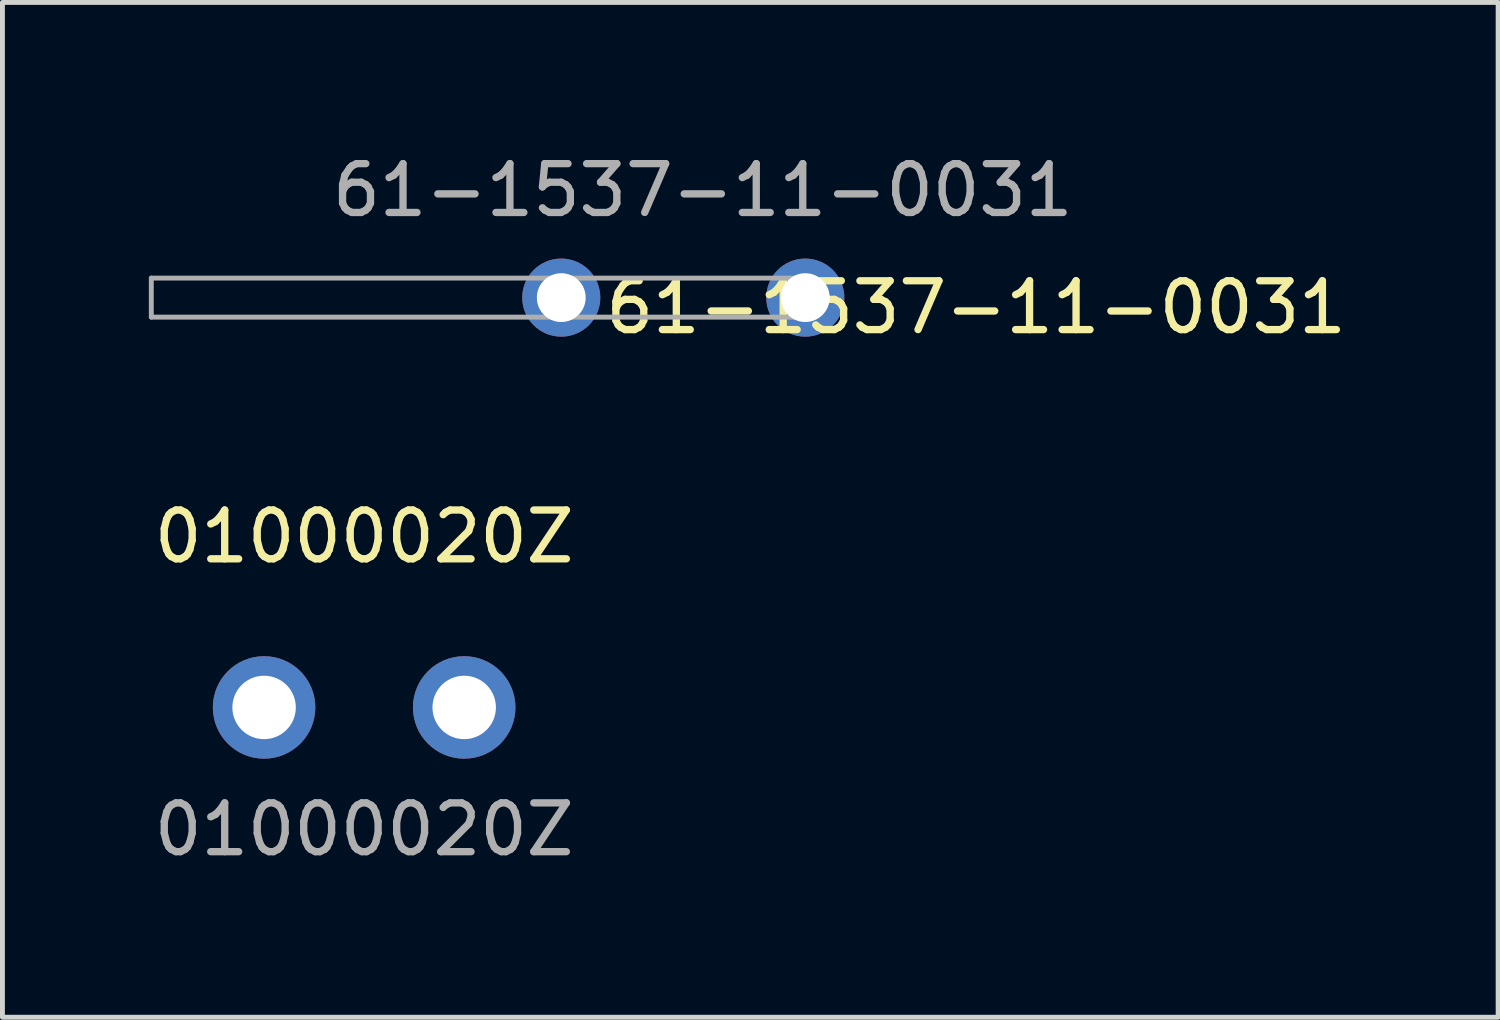
<source format=kicad_pcb>
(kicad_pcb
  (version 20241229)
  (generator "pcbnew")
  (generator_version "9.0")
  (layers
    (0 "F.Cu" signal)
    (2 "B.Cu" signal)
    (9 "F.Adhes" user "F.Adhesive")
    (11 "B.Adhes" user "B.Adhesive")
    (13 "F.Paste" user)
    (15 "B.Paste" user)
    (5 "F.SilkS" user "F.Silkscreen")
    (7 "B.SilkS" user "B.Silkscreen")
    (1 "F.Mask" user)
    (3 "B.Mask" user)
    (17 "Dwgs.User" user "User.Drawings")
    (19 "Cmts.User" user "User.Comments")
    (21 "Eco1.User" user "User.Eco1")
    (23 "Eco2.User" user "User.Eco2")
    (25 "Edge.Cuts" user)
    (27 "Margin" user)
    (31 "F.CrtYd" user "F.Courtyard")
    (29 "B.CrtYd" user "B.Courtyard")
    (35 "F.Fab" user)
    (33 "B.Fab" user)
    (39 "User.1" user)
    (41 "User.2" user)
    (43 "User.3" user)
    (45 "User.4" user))
  (footprint "61-1537-11-0031"
    (layer "F.Cu")
    (at 10.95 3.048)
    (property "Reference" "61-1537-11-0031" (at 6 0.2 0) (unlocked yes) (layer "F.SilkS") (effects (font (size 1 1) (thickness 0.15))))
    (attr through_hole)
    (fp_line (start -10.9 -0.4) (end -10.9 0.4) (stroke (width 0.1) (type solid)) (layer "F.Fab"))
    (fp_line (start -10.9 0.4) (end 2.6 0.4) (stroke (width 0.1) (type solid)) (layer "F.Fab"))
    (fp_line (start 2.6 -0.4) (end -10.9 -0.4) (stroke (width 0.1) (type solid)) (layer "F.Fab"))
    (fp_line (start 2.6 0.4) (end 2.6 -0.4) (stroke (width 0.1) (type solid)) (layer "F.Fab"))
    (fp_text user "${REFERENCE}" (at 0.4 -2.2 0) (unlocked yes) (layer "F.Fab") (effects (font (size 1 1) (thickness 0.15))))
    (pad "1" thru_hole circle (at -2.5 0) (size 1.6 1.6) (drill 1) (layers "*.Cu" "*.Mask"))
    (pad "1" thru_hole circle (at 2.5 0) (size 1.6 1.6) (drill 1) (layers "*.Cu" "*.Mask")))
  (footprint "01000020Z"
    (layer "F.Cu")
    (at 4.411 11.445)
    (property "Reference" "01000020Z" (at 0 -3.5 0) (unlocked yes) (layer "F.SilkS") (effects (font (size 1 1) (thickness 0.15))))
    (attr through_hole)
    (fp_text user "${REFERENCE}" (at 0 2.5 0) (unlocked yes) (layer "F.Fab") (effects (font (size 1 1) (thickness 0.15))))
    (pad "1" thru_hole circle (at -2.05 0) (size 2.1 2.1) (drill 1.3) (layers "*.Cu" "*.Mask"))
    (pad "1" thru_hole circle (at 2.05 0) (size 2.1 2.1) (drill 1.3) (layers "*.Cu" "*.Mask")))
  (gr_rect
    (start -3 -3)
    (end 27.646 17.793)
    (stroke (width 0.1) (type default))
    (fill no)
    (layer "Edge.Cuts")))
</source>
